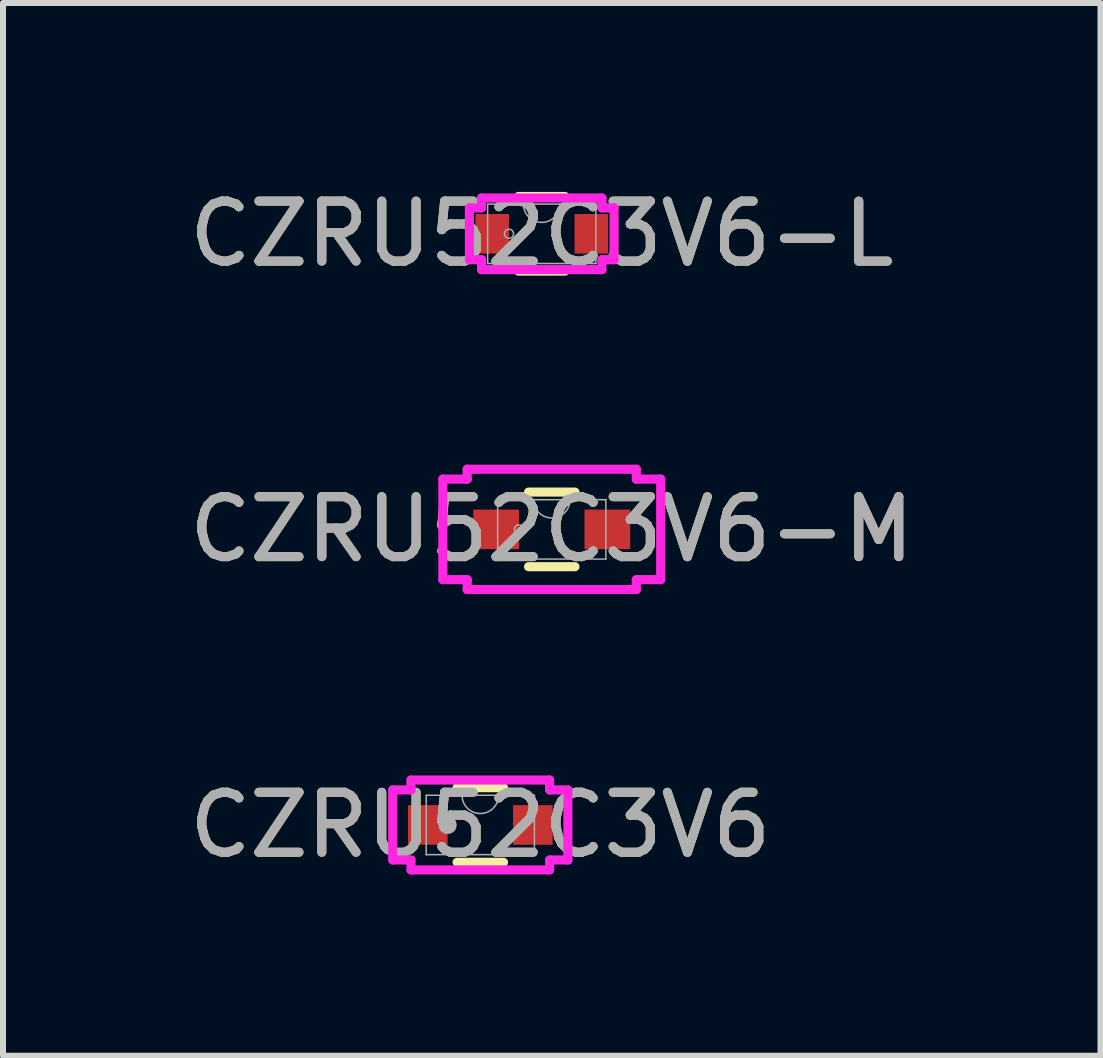
<source format=kicad_pcb>
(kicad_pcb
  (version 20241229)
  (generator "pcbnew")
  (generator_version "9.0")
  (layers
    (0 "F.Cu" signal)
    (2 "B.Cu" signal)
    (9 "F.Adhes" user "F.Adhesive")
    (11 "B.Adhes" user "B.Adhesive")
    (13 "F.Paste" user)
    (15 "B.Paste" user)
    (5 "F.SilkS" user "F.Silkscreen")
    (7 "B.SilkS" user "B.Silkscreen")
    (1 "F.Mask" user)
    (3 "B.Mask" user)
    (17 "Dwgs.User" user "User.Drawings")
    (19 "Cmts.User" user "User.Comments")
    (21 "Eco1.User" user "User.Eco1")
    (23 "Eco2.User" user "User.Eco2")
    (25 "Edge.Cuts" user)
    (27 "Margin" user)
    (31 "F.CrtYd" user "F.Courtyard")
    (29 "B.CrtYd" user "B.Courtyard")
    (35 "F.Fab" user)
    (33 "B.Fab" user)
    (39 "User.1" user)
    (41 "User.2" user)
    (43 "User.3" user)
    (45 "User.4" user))
  (footprint "CZRU52C3V6"
    (layer "F.Cu")
    (at 4.958 10.704)
    (property "Reference" "CZRU52C3V6" (at 0 0 0) (unlocked yes) (layer "F.SilkS") (effects (font (size 1 1) (thickness 0.15))))
    (attr smd)
    (fp_line (start -0.387 0.622) (end 0.387 0.622) (stroke (width 0.152) (type solid)) (layer "F.SilkS"))
    (fp_line (start 0.387 -0.622) (end -0.387 -0.622) (stroke (width 0.152) (type solid)) (layer "F.SilkS"))
    (fp_line (start -1.46 -0.584) (end -1.156 -0.584) (stroke (width 0.152) (type solid)) (layer "F.CrtYd"))
    (fp_line (start -1.46 0.584) (end -1.46 -0.584) (stroke (width 0.152) (type solid)) (layer "F.CrtYd"))
    (fp_line (start -1.46 0.584) (end -1.156 0.584) (stroke (width 0.152) (type solid)) (layer "F.CrtYd"))
    (fp_line (start -1.156 -0.749) (end 1.156 -0.749) (stroke (width 0.152) (type solid)) (layer "F.CrtYd"))
    (fp_line (start -1.156 -0.584) (end -1.156 -0.749) (stroke (width 0.152) (type solid)) (layer "F.CrtYd"))
    (fp_line (start -1.156 0.749) (end -1.156 0.584) (stroke (width 0.152) (type solid)) (layer "F.CrtYd"))
    (fp_line (start 1.156 -0.749) (end 1.156 -0.584) (stroke (width 0.152) (type solid)) (layer "F.CrtYd"))
    (fp_line (start 1.156 0.584) (end 1.156 0.749) (stroke (width 0.152) (type solid)) (layer "F.CrtYd"))
    (fp_line (start 1.156 0.749) (end -1.156 0.749) (stroke (width 0.152) (type solid)) (layer "F.CrtYd"))
    (fp_line (start 1.46 -0.584) (end 1.156 -0.584) (stroke (width 0.152) (type solid)) (layer "F.CrtYd"))
    (fp_line (start 1.46 -0.584) (end 1.46 0.584) (stroke (width 0.152) (type solid)) (layer "F.CrtYd"))
    (fp_line (start 1.46 0.584) (end 1.156 0.584) (stroke (width 0.152) (type solid)) (layer "F.CrtYd"))
    (fp_line (start -0.902 -0.495) (end -0.902 0.495) (stroke (width 0.025) (type solid)) (layer "F.Fab"))
    (fp_line (start -0.902 0.495) (end 0.902 0.495) (stroke (width 0.025) (type solid)) (layer "F.Fab"))
    (fp_line (start 0.902 -0.495) (end -0.902 -0.495) (stroke (width 0.025) (type solid)) (layer "F.Fab"))
    (fp_line (start 0.902 0.495) (end 0.902 -0.495) (stroke (width 0.025) (type solid)) (layer "F.Fab"))
    (fp_arc (start 0.3048 -0.4953) (mid 0 -0.1905) (end -0.3048 -0.4953) (stroke (width 0.0254) (type solid)) (layer "F.Fab"))
    (fp_circle (center -0.546 0) (end -0.546 0) (stroke (width 0.152) (type solid)) (fill no) (layer "F.Fab"))
    (fp_text user "${REFERENCE}" (at 0 0 0) (unlocked yes) (layer "F.Fab") (effects (font (size 1 1) (thickness 0.15))))
    (pad "1" smd rect (at -0.876 0) (size 0.66 0.66) (layers "F.Cu" "F.Mask" "F.Paste"))
    (pad "2" smd rect (at 0.876 0) (size 0.66 0.66) (layers "F.Cu" "F.Mask" "F.Paste")))
  (footprint "CZRU52C3V6-M"
    (layer "F.Cu")
    (at 6.149 5.776)
    (property "Reference" "CZRU52C3V6-M" (at 0 0 0) (unlocked yes) (layer "F.SilkS") (effects (font (size 1 1) (thickness 0.15))))
    (attr smd)
    (fp_line (start -0.387 0.622) (end 0.387 0.622) (stroke (width 0.152) (type solid)) (layer "F.SilkS"))
    (fp_line (start 0.387 -0.622) (end -0.387 -0.622) (stroke (width 0.152) (type solid)) (layer "F.SilkS"))
    (fp_line (start -1.816 -0.838) (end -1.41 -0.838) (stroke (width 0.152) (type solid)) (layer "F.CrtYd"))
    (fp_line (start -1.816 0.838) (end -1.816 -0.838) (stroke (width 0.152) (type solid)) (layer "F.CrtYd"))
    (fp_line (start -1.816 0.838) (end -1.41 0.838) (stroke (width 0.152) (type solid)) (layer "F.CrtYd"))
    (fp_line (start -1.41 -1.003) (end 1.41 -1.003) (stroke (width 0.152) (type solid)) (layer "F.CrtYd"))
    (fp_line (start -1.41 -0.838) (end -1.41 -1.003) (stroke (width 0.152) (type solid)) (layer "F.CrtYd"))
    (fp_line (start -1.41 1.003) (end -1.41 0.838) (stroke (width 0.152) (type solid)) (layer "F.CrtYd"))
    (fp_line (start 1.41 -1.003) (end 1.41 -0.838) (stroke (width 0.152) (type solid)) (layer "F.CrtYd"))
    (fp_line (start 1.41 0.838) (end 1.41 1.003) (stroke (width 0.152) (type solid)) (layer "F.CrtYd"))
    (fp_line (start 1.41 1.003) (end -1.41 1.003) (stroke (width 0.152) (type solid)) (layer "F.CrtYd"))
    (fp_line (start 1.816 -0.838) (end 1.41 -0.838) (stroke (width 0.152) (type solid)) (layer "F.CrtYd"))
    (fp_line (start 1.816 -0.838) (end 1.816 0.838) (stroke (width 0.152) (type solid)) (layer "F.CrtYd"))
    (fp_line (start 1.816 0.838) (end 1.41 0.838) (stroke (width 0.152) (type solid)) (layer "F.CrtYd"))
    (fp_line (start -0.902 -0.495) (end -0.902 0.495) (stroke (width 0.025) (type solid)) (layer "F.Fab"))
    (fp_line (start -0.902 0.495) (end 0.902 0.495) (stroke (width 0.025) (type solid)) (layer "F.Fab"))
    (fp_line (start 0.902 -0.495) (end -0.902 -0.495) (stroke (width 0.025) (type solid)) (layer "F.Fab"))
    (fp_line (start 0.902 0.495) (end 0.902 -0.495) (stroke (width 0.025) (type solid)) (layer "F.Fab"))
    (fp_arc (start 0.3048 -0.4953) (mid 0 -0.1905) (end -0.3048 -0.4953) (stroke (width 0.0254) (type solid)) (layer "F.Fab"))
    (fp_circle (center -0.546 0) (end -0.47 0) (stroke (width 0.025) (type solid)) (fill no) (layer "F.Fab"))
    (fp_text user "${REFERENCE}" (at 0 0 0) (unlocked yes) (layer "F.Fab") (effects (font (size 1 1) (thickness 0.15))))
    (pad "1" smd rect (at -0.927 0) (size 0.762 0.66) (layers "F.Cu" "F.Mask" "F.Paste"))
    (pad "2" smd rect (at 0.927 0) (size 0.762 0.66) (layers "F.Cu" "F.Mask" "F.Paste")))
  (footprint "CZRU52C3V6-L"
    (layer "F.Cu")
    (at 5.982 0.848)
    (property "Reference" "CZRU52C3V6-L" (at 0 0 0) (unlocked yes) (layer "F.SilkS") (effects (font (size 1 1) (thickness 0.15))))
    (attr smd)
    (fp_line (start -0.387 0.622) (end 0.387 0.622) (stroke (width 0.152) (type solid)) (layer "F.SilkS"))
    (fp_line (start 0.387 -0.622) (end -0.387 -0.622) (stroke (width 0.152) (type solid)) (layer "F.SilkS"))
    (fp_line (start -1.206 -0.432) (end -1.003 -0.432) (stroke (width 0.152) (type solid)) (layer "F.CrtYd"))
    (fp_line (start -1.206 0.432) (end -1.206 -0.432) (stroke (width 0.152) (type solid)) (layer "F.CrtYd"))
    (fp_line (start -1.206 0.432) (end -1.003 0.432) (stroke (width 0.152) (type solid)) (layer "F.CrtYd"))
    (fp_line (start -1.003 -0.597) (end 1.003 -0.597) (stroke (width 0.152) (type solid)) (layer "F.CrtYd"))
    (fp_line (start -1.003 -0.432) (end -1.003 -0.597) (stroke (width 0.152) (type solid)) (layer "F.CrtYd"))
    (fp_line (start -1.003 0.597) (end -1.003 0.432) (stroke (width 0.152) (type solid)) (layer "F.CrtYd"))
    (fp_line (start 1.003 -0.597) (end 1.003 -0.432) (stroke (width 0.152) (type solid)) (layer "F.CrtYd"))
    (fp_line (start 1.003 0.432) (end 1.003 0.597) (stroke (width 0.152) (type solid)) (layer "F.CrtYd"))
    (fp_line (start 1.003 0.597) (end -1.003 0.597) (stroke (width 0.152) (type solid)) (layer "F.CrtYd"))
    (fp_line (start 1.206 -0.432) (end 1.003 -0.432) (stroke (width 0.152) (type solid)) (layer "F.CrtYd"))
    (fp_line (start 1.206 -0.432) (end 1.206 0.432) (stroke (width 0.152) (type solid)) (layer "F.CrtYd"))
    (fp_line (start 1.206 0.432) (end 1.003 0.432) (stroke (width 0.152) (type solid)) (layer "F.CrtYd"))
    (fp_line (start -0.902 -0.495) (end -0.902 0.495) (stroke (width 0.025) (type solid)) (layer "F.Fab"))
    (fp_line (start -0.902 0.495) (end 0.902 0.495) (stroke (width 0.025) (type solid)) (layer "F.Fab"))
    (fp_line (start 0.902 -0.495) (end -0.902 -0.495) (stroke (width 0.025) (type solid)) (layer "F.Fab"))
    (fp_line (start 0.902 0.495) (end 0.902 -0.495) (stroke (width 0.025) (type solid)) (layer "F.Fab"))
    (fp_arc (start 0.3048 -0.4953) (mid 0 -0.1905) (end -0.3048 -0.4953) (stroke (width 0.0254) (type solid)) (layer "F.Fab"))
    (fp_circle (center -0.546 0) (end -0.47 0) (stroke (width 0.025) (type solid)) (fill no) (layer "F.Fab"))
    (fp_text user "${REFERENCE}" (at 0 0 0) (unlocked yes) (layer "F.Fab") (effects (font (size 1 1) (thickness 0.15))))
    (pad "1" smd rect (at -0.826 0) (size 0.559 0.66) (layers "F.Cu" "F.Mask" "F.Paste"))
    (pad "2" smd rect (at 0.826 0) (size 0.559 0.66) (layers "F.Cu" "F.Mask" "F.Paste")))
  (gr_rect
    (start -3 -3)
    (end 15.298 14.552)
    (stroke (width 0.1) (type default))
    (fill no)
    (layer "Edge.Cuts")))
</source>
